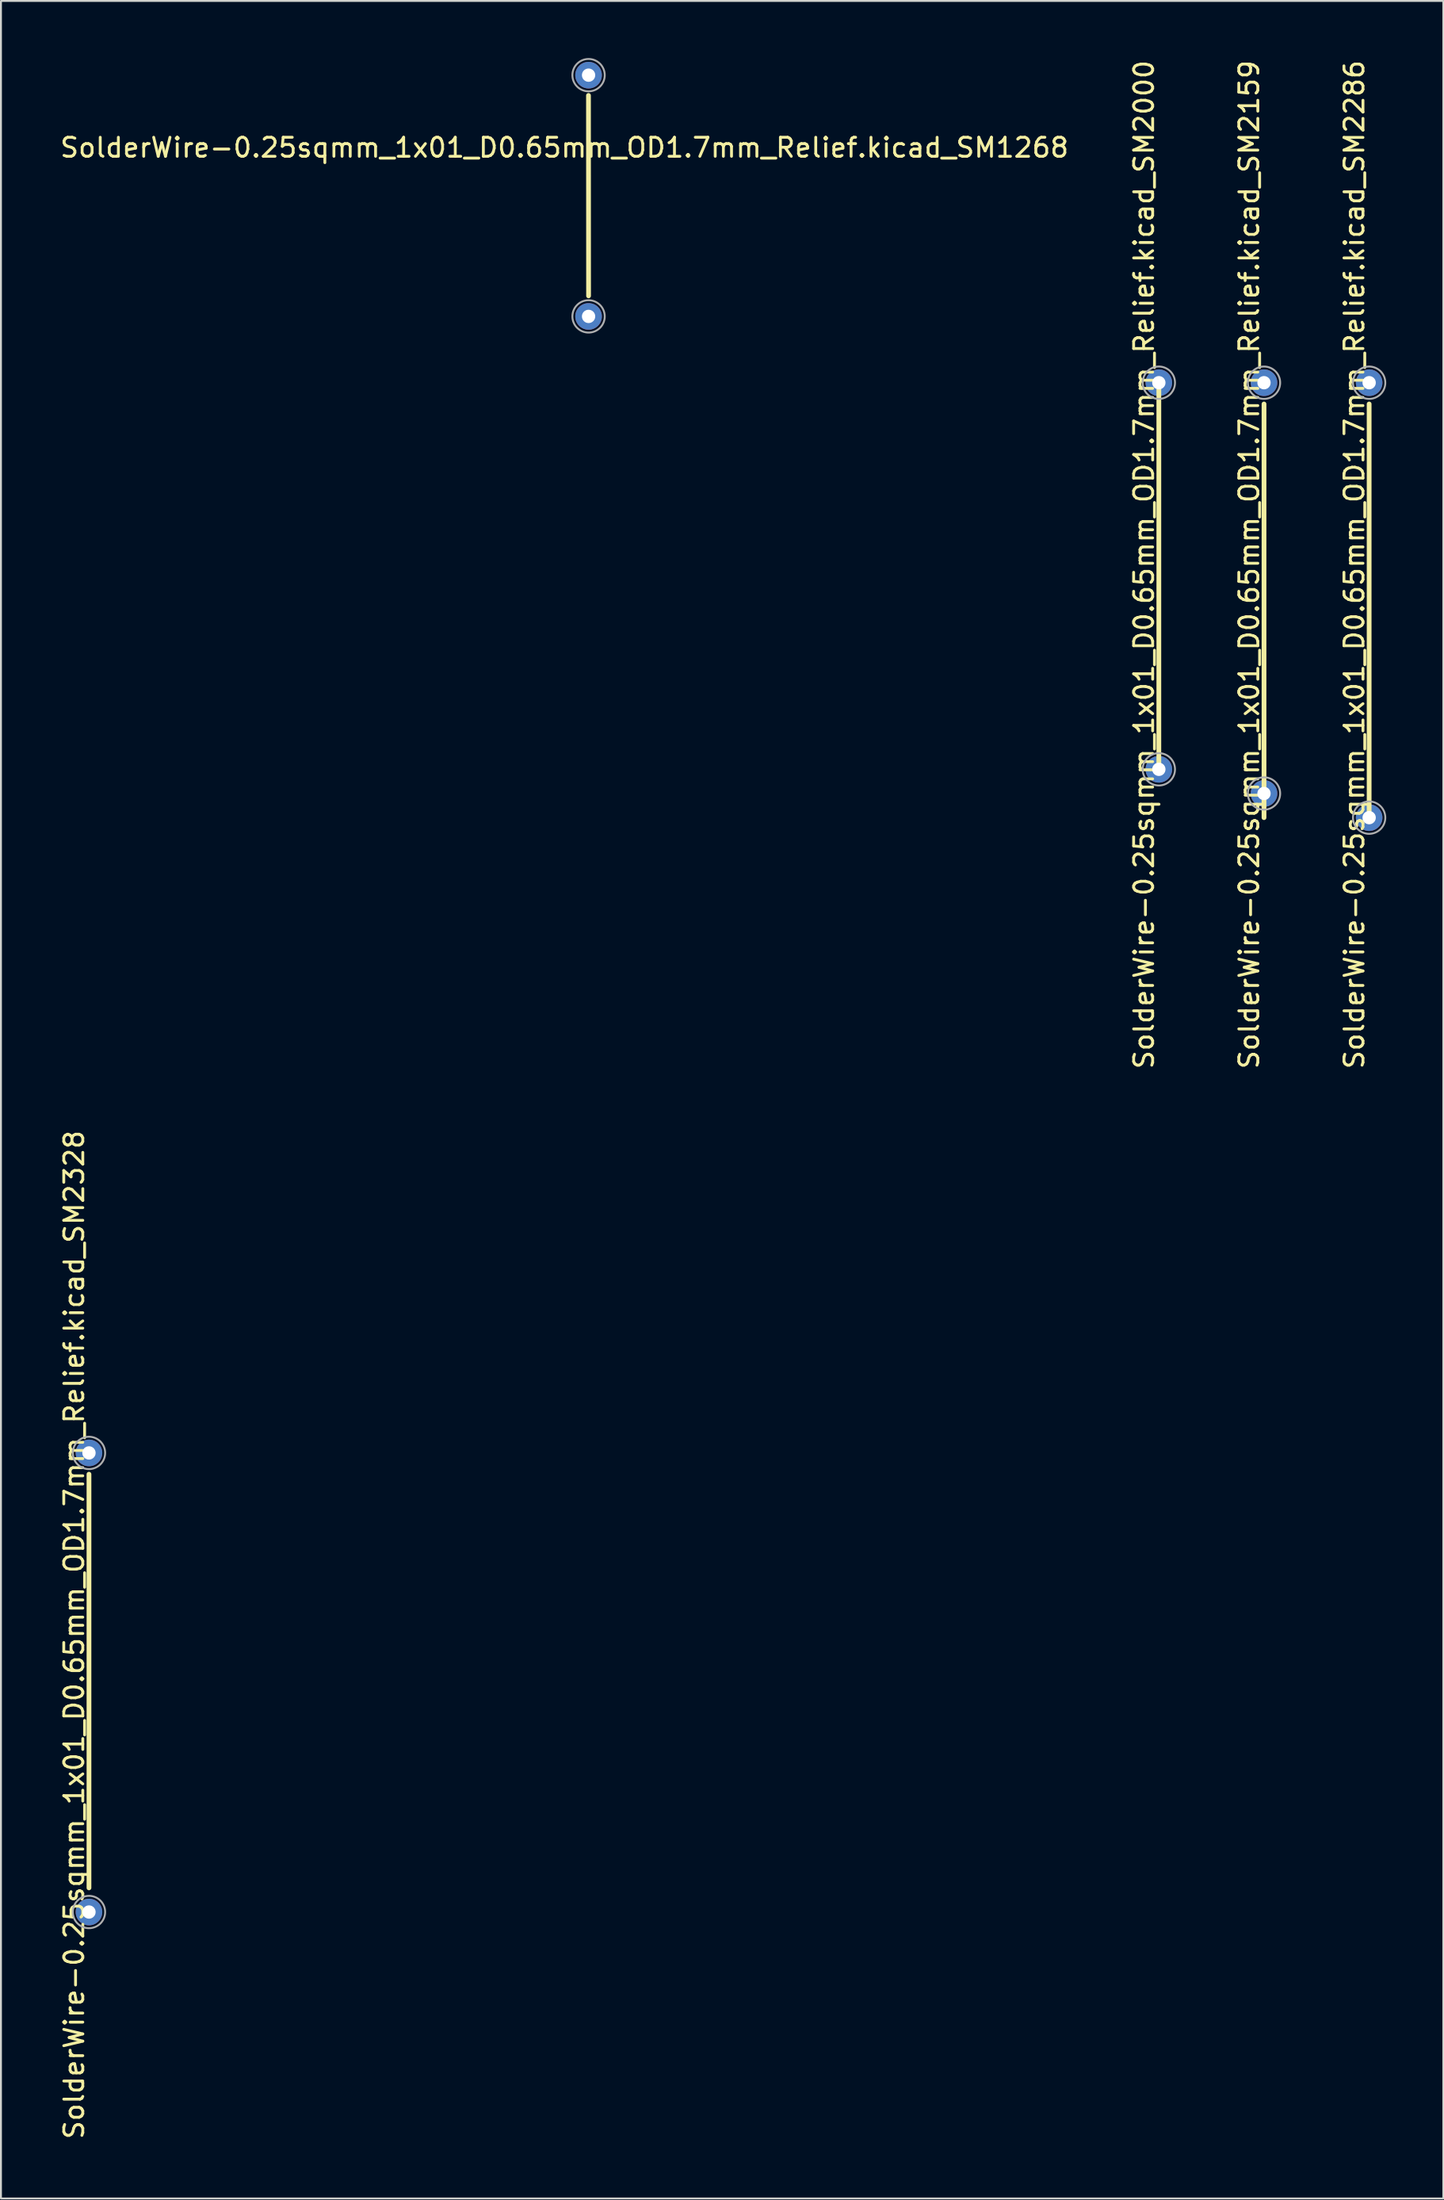
<source format=kicad_pcb>
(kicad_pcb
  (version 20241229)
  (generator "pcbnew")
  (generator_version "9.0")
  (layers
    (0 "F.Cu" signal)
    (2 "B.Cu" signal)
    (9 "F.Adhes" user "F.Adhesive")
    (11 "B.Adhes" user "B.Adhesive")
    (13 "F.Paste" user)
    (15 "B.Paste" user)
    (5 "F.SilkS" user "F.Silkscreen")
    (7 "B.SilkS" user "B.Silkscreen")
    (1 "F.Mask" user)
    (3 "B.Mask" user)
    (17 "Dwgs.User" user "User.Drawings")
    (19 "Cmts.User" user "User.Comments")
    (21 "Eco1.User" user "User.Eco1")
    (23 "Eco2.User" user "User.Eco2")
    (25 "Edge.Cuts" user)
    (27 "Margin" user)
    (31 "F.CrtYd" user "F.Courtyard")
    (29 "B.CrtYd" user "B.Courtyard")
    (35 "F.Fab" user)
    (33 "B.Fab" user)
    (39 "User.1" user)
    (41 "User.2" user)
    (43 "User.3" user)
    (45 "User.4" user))
  (footprint "SolderWire-0.25sqmm_1x01_D0.65mm_OD1.7mm_Relief.kicad_SM2328"
    (layer "F.Cu")
    (at 1.628 73.315)
    (property "Reference" "SolderWire-0.25sqmm_1x01_D0.65mm_OD1.7mm_Relief.kicad_SM2328" (at -0.78 9.56 270) (layer "F.SilkS") (effects (font (size 1 1) (thickness 0.15))))
    (attr exclude_from_pos_files exclude_from_bom)
    (fp_line (start 0 1.118) (end 0 22.86) (stroke (width 0.25) (type solid)) (layer "F.SilkS"))
    (fp_circle (center 0 0) (end 0.85 0) (stroke (width 0.1) (type solid)) (fill no) (layer "F.Fab"))
    (fp_circle (center 0 24.13) (end 0.85 24.13) (stroke (width 0.1) (type solid)) (fill no) (layer "F.Fab"))
    (pad "1" thru_hole circle (at 0 0) (size 1.4 1.4) (drill 0.7) (layers "*.Cu" "*.Mask"))
    (pad "2" thru_hole circle (at 0 24.13) (size 1.4 1.4) (drill 0.7) (layers "*.Cu" "*.Mask")))
  (footprint "SolderWire-0.25sqmm_1x01_D0.65mm_OD1.7mm_Relief.kicad_SM2000"
    (layer "F.Cu")
    (at 57.878 17.065)
    (property "Reference" "SolderWire-0.25sqmm_1x01_D0.65mm_OD1.7mm_Relief.kicad_SM2000" (at -0.78 9.56 270) (layer "F.SilkS") (effects (font (size 1 1) (thickness 0.15))))
    (attr exclude_from_pos_files exclude_from_bom)
    (fp_line (start 0 0) (end 0 20.32) (stroke (width 0.25) (type solid)) (layer "F.SilkS"))
    (fp_circle (center 0 0) (end 0.85 0) (stroke (width 0.1) (type solid)) (fill no) (layer "F.Fab"))
    (fp_circle (center 0 20.32) (end 0.85 20.32) (stroke (width 0.1) (type solid)) (fill no) (layer "F.Fab"))
    (pad "1" thru_hole circle (at 0 0) (size 1.4 1.4) (drill 0.7) (layers "*.Cu" "*.Mask"))
    (pad "2" thru_hole circle (at 0 20.32) (size 1.4 1.4) (drill 0.7) (layers "*.Cu" "*.Mask")))
  (footprint "SolderWire-0.25sqmm_1x01_D0.65mm_OD1.7mm_Relief.kicad_SM1268"
    (layer "F.Cu")
    (at 27.895 0.9)
    (property "Reference" "SolderWire-0.25sqmm_1x01_D0.65mm_OD1.7mm_Relief.kicad_SM1268" (at -1.27 3.81 0) (layer "F.SilkS") (effects (font (size 1 1) (thickness 0.15))))
    (attr exclude_from_pos_files exclude_from_bom)
    (fp_line (start -0.005 1.067) (end 0 11.6) (stroke (width 0.25) (type solid)) (layer "F.SilkS"))
    (fp_circle (center 0 0) (end 0.85 0) (stroke (width 0.1) (type solid)) (fill no) (layer "F.Fab"))
    (fp_circle (center 0 12.68) (end 0.85 12.68) (stroke (width 0.1) (type solid)) (fill no) (layer "F.Fab"))
    (pad "1" thru_hole circle (at 0 0) (size 1.4 1.4) (drill 0.7) (layers "*.Cu" "*.Mask"))
    (pad "2" thru_hole circle (at 0 12.68) (size 1.4 1.4) (drill 0.7) (layers "*.Cu" "*.Mask")))
  (footprint "SolderWire-0.25sqmm_1x01_D0.65mm_OD1.7mm_Relief.kicad_SM2159"
    (layer "F.Cu")
    (at 63.407 17.065)
    (property "Reference" "SolderWire-0.25sqmm_1x01_D0.65mm_OD1.7mm_Relief.kicad_SM2159" (at -0.78 9.56 270) (layer "F.SilkS") (effects (font (size 1 1) (thickness 0.15))))
    (attr exclude_from_pos_files exclude_from_bom)
    (fp_line (start 0 1.118) (end 0 22.86) (stroke (width 0.25) (type solid)) (layer "F.SilkS"))
    (fp_circle (center 0 0) (end 0.85 0) (stroke (width 0.1) (type solid)) (fill no) (layer "F.Fab"))
    (fp_circle (center 0 21.59) (end 0.85 21.59) (stroke (width 0.1) (type solid)) (fill no) (layer "F.Fab"))
    (pad "1" thru_hole circle (at 0 0) (size 1.4 1.4) (drill 0.7) (layers "*.Cu" "*.Mask"))
    (pad "2" thru_hole circle (at 0 21.59) (size 1.4 1.4) (drill 0.7) (layers "*.Cu" "*.Mask")))
  (footprint "SolderWire-0.25sqmm_1x01_D0.65mm_OD1.7mm_Relief.kicad_SM2286"
    (layer "F.Cu")
    (at 68.935 17.065)
    (property "Reference" "SolderWire-0.25sqmm_1x01_D0.65mm_OD1.7mm_Relief.kicad_SM2286" (at -0.78 9.56 270) (layer "F.SilkS") (effects (font (size 1 1) (thickness 0.15))))
    (attr exclude_from_pos_files exclude_from_bom)
    (fp_line (start 0 1.118) (end 0 22.86) (stroke (width 0.25) (type solid)) (layer "F.SilkS"))
    (fp_circle (center 0 0) (end 0.85 0) (stroke (width 0.1) (type solid)) (fill no) (layer "F.Fab"))
    (fp_circle (center 0 22.86) (end 0.85 22.86) (stroke (width 0.1) (type solid)) (fill no) (layer "F.Fab"))
    (pad "1" thru_hole circle (at 0 0) (size 1.4 1.4) (drill 0.7) (layers "*.Cu" "*.Mask"))
    (pad "2" thru_hole circle (at 0 22.86) (size 1.4 1.4) (drill 0.7) (layers "*.Cu" "*.Mask")))
  (gr_rect
    (start -3 -3)
    (end 72.835 112.5)
    (stroke (width 0.1) (type default))
    (fill no)
    (layer "Edge.Cuts")))
</source>
